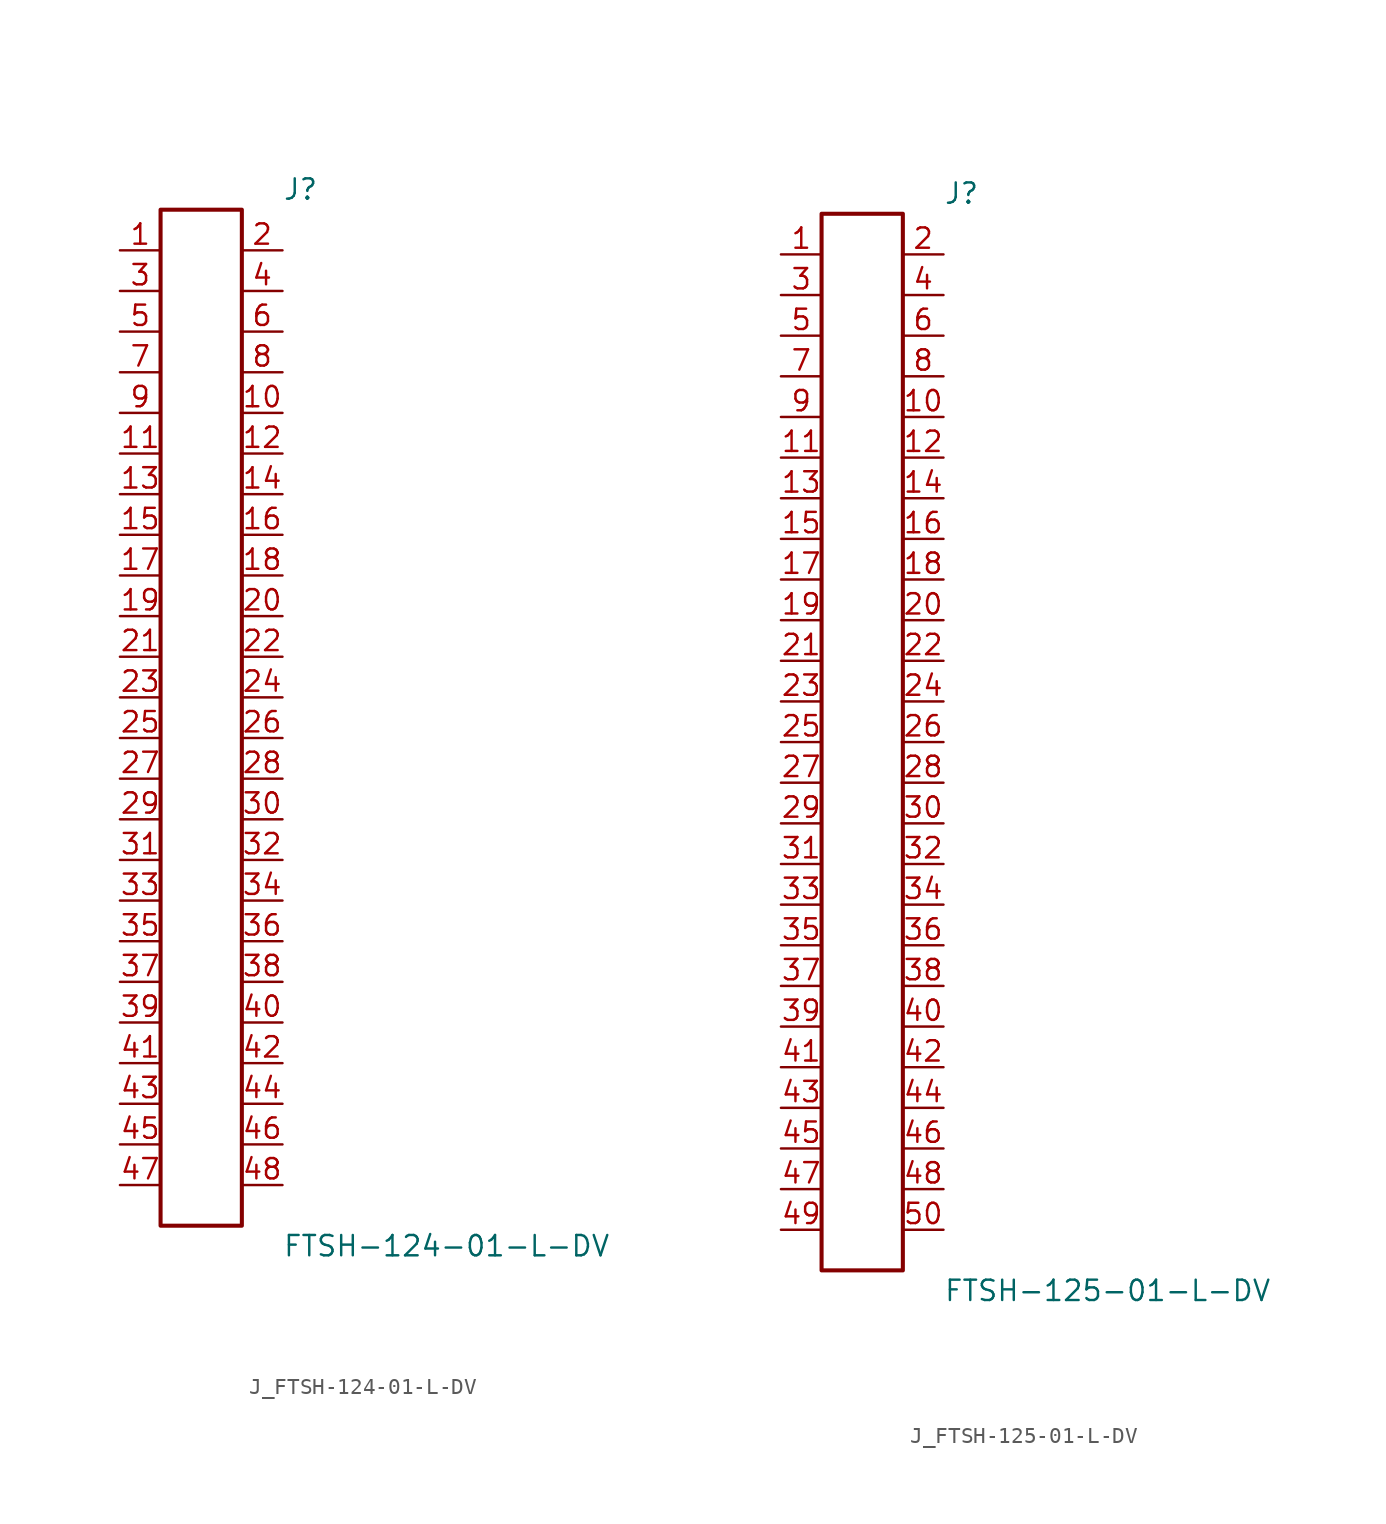
<source format=kicad_sym>
(kicad_symbol_lib
  (version 20231120)
  (generator kicad_symbol_editor)
  (generator_version 8.0)
  (symbol "J_FTSH-124-01-L-DV"
    (pin_names
      (offset 0.254))
    (property "Reference" "J"
      (at 5.08 33.02 0)
      (effects (font (size 1.27 1.27)) (justify left)))
    (property "Value" "FTSH-124-01-L-DV"
      (at 5.08 -33.02 0)
      (effects (font (size 1.27 1.27)) (justify left)))
    (symbol "J_FTSH-124-01-L-DV_0_0"
      (pin passive line (at -5.08 29.21 0) (length 2.54) (name "" (effects (font (size 1.27 1.27)))) (number "1" (effects (font (size 1.27 1.27)))))
      (pin passive line (at 5.08 29.21 180) (length 2.54) (name "" (effects (font (size 1.27 1.27)))) (number "2" (effects (font (size 1.27 1.27)))))
      (pin passive line (at -5.08 26.67 0) (length 2.54) (name "" (effects (font (size 1.27 1.27)))) (number "3" (effects (font (size 1.27 1.27)))))
      (pin passive line (at 5.08 26.67 180) (length 2.54) (name "" (effects (font (size 1.27 1.27)))) (number "4" (effects (font (size 1.27 1.27)))))
      (pin passive line (at -5.08 24.13 0) (length 2.54) (name "" (effects (font (size 1.27 1.27)))) (number "5" (effects (font (size 1.27 1.27)))))
      (pin passive line (at 5.08 24.13 180) (length 2.54) (name "" (effects (font (size 1.27 1.27)))) (number "6" (effects (font (size 1.27 1.27)))))
      (pin passive line (at -5.08 21.59 0) (length 2.54) (name "" (effects (font (size 1.27 1.27)))) (number "7" (effects (font (size 1.27 1.27)))))
      (pin passive line (at 5.08 21.59 180) (length 2.54) (name "" (effects (font (size 1.27 1.27)))) (number "8" (effects (font (size 1.27 1.27)))))
      (pin passive line (at -5.08 19.05 0) (length 2.54) (name "" (effects (font (size 1.27 1.27)))) (number "9" (effects (font (size 1.27 1.27)))))
      (pin passive line (at 5.08 19.05 180) (length 2.54) (name "" (effects (font (size 1.27 1.27)))) (number "10" (effects (font (size 1.27 1.27)))))
      (pin passive line (at -5.08 16.51 0) (length 2.54) (name "" (effects (font (size 1.27 1.27)))) (number "11" (effects (font (size 1.27 1.27)))))
      (pin passive line (at 5.08 16.51 180) (length 2.54) (name "" (effects (font (size 1.27 1.27)))) (number "12" (effects (font (size 1.27 1.27)))))
      (pin passive line (at -5.08 13.97 0) (length 2.54) (name "" (effects (font (size 1.27 1.27)))) (number "13" (effects (font (size 1.27 1.27)))))
      (pin passive line (at 5.08 13.97 180) (length 2.54) (name "" (effects (font (size 1.27 1.27)))) (number "14" (effects (font (size 1.27 1.27)))))
      (pin passive line (at -5.08 11.43 0) (length 2.54) (name "" (effects (font (size 1.27 1.27)))) (number "15" (effects (font (size 1.27 1.27)))))
      (pin passive line (at 5.08 11.43 180) (length 2.54) (name "" (effects (font (size 1.27 1.27)))) (number "16" (effects (font (size 1.27 1.27)))))
      (pin passive line (at -5.08 8.89 0) (length 2.54) (name "" (effects (font (size 1.27 1.27)))) (number "17" (effects (font (size 1.27 1.27)))))
      (pin passive line (at 5.08 8.89 180) (length 2.54) (name "" (effects (font (size 1.27 1.27)))) (number "18" (effects (font (size 1.27 1.27)))))
      (pin passive line (at -5.08 6.35 0) (length 2.54) (name "" (effects (font (size 1.27 1.27)))) (number "19" (effects (font (size 1.27 1.27)))))
      (pin passive line (at 5.08 6.35 180) (length 2.54) (name "" (effects (font (size 1.27 1.27)))) (number "20" (effects (font (size 1.27 1.27)))))
      (pin passive line (at -5.08 3.81 0) (length 2.54) (name "" (effects (font (size 1.27 1.27)))) (number "21" (effects (font (size 1.27 1.27)))))
      (pin passive line (at 5.08 3.81 180) (length 2.54) (name "" (effects (font (size 1.27 1.27)))) (number "22" (effects (font (size 1.27 1.27)))))
      (pin passive line (at -5.08 1.27 0) (length 2.54) (name "" (effects (font (size 1.27 1.27)))) (number "23" (effects (font (size 1.27 1.27)))))
      (pin passive line (at 5.08 1.27 180) (length 2.54) (name "" (effects (font (size 1.27 1.27)))) (number "24" (effects (font (size 1.27 1.27)))))
      (pin passive line (at -5.08 -1.27 0) (length 2.54) (name "" (effects (font (size 1.27 1.27)))) (number "25" (effects (font (size 1.27 1.27)))))
      (pin passive line (at 5.08 -1.27 180) (length 2.54) (name "" (effects (font (size 1.27 1.27)))) (number "26" (effects (font (size 1.27 1.27)))))
      (pin passive line (at -5.08 -3.81 0) (length 2.54) (name "" (effects (font (size 1.27 1.27)))) (number "27" (effects (font (size 1.27 1.27)))))
      (pin passive line (at 5.08 -3.81 180) (length 2.54) (name "" (effects (font (size 1.27 1.27)))) (number "28" (effects (font (size 1.27 1.27)))))
      (pin passive line (at -5.08 -6.35 0) (length 2.54) (name "" (effects (font (size 1.27 1.27)))) (number "29" (effects (font (size 1.27 1.27)))))
      (pin passive line (at 5.08 -6.35 180) (length 2.54) (name "" (effects (font (size 1.27 1.27)))) (number "30" (effects (font (size 1.27 1.27)))))
      (pin passive line (at -5.08 -8.89 0) (length 2.54) (name "" (effects (font (size 1.27 1.27)))) (number "31" (effects (font (size 1.27 1.27)))))
      (pin passive line (at 5.08 -8.89 180) (length 2.54) (name "" (effects (font (size 1.27 1.27)))) (number "32" (effects (font (size 1.27 1.27)))))
      (pin passive line (at -5.08 -11.43 0) (length 2.54) (name "" (effects (font (size 1.27 1.27)))) (number "33" (effects (font (size 1.27 1.27)))))
      (pin passive line (at 5.08 -11.43 180) (length 2.54) (name "" (effects (font (size 1.27 1.27)))) (number "34" (effects (font (size 1.27 1.27)))))
      (pin passive line (at -5.08 -13.97 0) (length 2.54) (name "" (effects (font (size 1.27 1.27)))) (number "35" (effects (font (size 1.27 1.27)))))
      (pin passive line (at 5.08 -13.97 180) (length 2.54) (name "" (effects (font (size 1.27 1.27)))) (number "36" (effects (font (size 1.27 1.27)))))
      (pin passive line (at -5.08 -16.51 0) (length 2.54) (name "" (effects (font (size 1.27 1.27)))) (number "37" (effects (font (size 1.27 1.27)))))
      (pin passive line (at 5.08 -16.51 180) (length 2.54) (name "" (effects (font (size 1.27 1.27)))) (number "38" (effects (font (size 1.27 1.27)))))
      (pin passive line (at -5.08 -19.05 0) (length 2.54) (name "" (effects (font (size 1.27 1.27)))) (number "39" (effects (font (size 1.27 1.27)))))
      (pin passive line (at 5.08 -19.05 180) (length 2.54) (name "" (effects (font (size 1.27 1.27)))) (number "40" (effects (font (size 1.27 1.27)))))
      (pin passive line (at -5.08 -21.59 0) (length 2.54) (name "" (effects (font (size 1.27 1.27)))) (number "41" (effects (font (size 1.27 1.27)))))
      (pin passive line (at 5.08 -21.59 180) (length 2.54) (name "" (effects (font (size 1.27 1.27)))) (number "42" (effects (font (size 1.27 1.27)))))
      (pin passive line (at -5.08 -24.13 0) (length 2.54) (name "" (effects (font (size 1.27 1.27)))) (number "43" (effects (font (size 1.27 1.27)))))
      (pin passive line (at 5.08 -24.13 180) (length 2.54) (name "" (effects (font (size 1.27 1.27)))) (number "44" (effects (font (size 1.27 1.27)))))
      (pin passive line (at -5.08 -26.67 0) (length 2.54) (name "" (effects (font (size 1.27 1.27)))) (number "45" (effects (font (size 1.27 1.27)))))
      (pin passive line (at 5.08 -26.67 180) (length 2.54) (name "" (effects (font (size 1.27 1.27)))) (number "46" (effects (font (size 1.27 1.27)))))
      (pin passive line (at -5.08 -29.21 0) (length 2.54) (name "" (effects (font (size 1.27 1.27)))) (number "47" (effects (font (size 1.27 1.27)))))
      (pin passive line (at 5.08 -29.21 180) (length 2.54) (name "" (effects (font (size 1.27 1.27)))) (number "48" (effects (font (size 1.27 1.27))))))
    (symbol "J_FTSH-124-01-L-DV_1_0"
      (rectangle (start -2.54 31.75) (end 2.54 -31.75) (stroke (width 0.254) (type solid)) (fill (type none)))))
  (symbol "J_FTSH-125-01-L-DV"
    (pin_names
      (offset 0.254))
    (property "Reference" "J"
      (at 5.08 34.29 0)
      (effects (font (size 1.27 1.27)) (justify left)))
    (property "Value" "FTSH-125-01-L-DV"
      (at 5.08 -34.29 0)
      (effects (font (size 1.27 1.27)) (justify left)))
    (symbol "J_FTSH-125-01-L-DV_0_0"
      (pin passive line (at -5.08 30.48 0) (length 2.54) (name "" (effects (font (size 1.27 1.27)))) (number "1" (effects (font (size 1.27 1.27)))))
      (pin passive line (at 5.08 30.48 180) (length 2.54) (name "" (effects (font (size 1.27 1.27)))) (number "2" (effects (font (size 1.27 1.27)))))
      (pin passive line (at -5.08 27.94 0) (length 2.54) (name "" (effects (font (size 1.27 1.27)))) (number "3" (effects (font (size 1.27 1.27)))))
      (pin passive line (at 5.08 27.94 180) (length 2.54) (name "" (effects (font (size 1.27 1.27)))) (number "4" (effects (font (size 1.27 1.27)))))
      (pin passive line (at -5.08 25.4 0) (length 2.54) (name "" (effects (font (size 1.27 1.27)))) (number "5" (effects (font (size 1.27 1.27)))))
      (pin passive line (at 5.08 25.4 180) (length 2.54) (name "" (effects (font (size 1.27 1.27)))) (number "6" (effects (font (size 1.27 1.27)))))
      (pin passive line (at -5.08 22.86 0) (length 2.54) (name "" (effects (font (size 1.27 1.27)))) (number "7" (effects (font (size 1.27 1.27)))))
      (pin passive line (at 5.08 22.86 180) (length 2.54) (name "" (effects (font (size 1.27 1.27)))) (number "8" (effects (font (size 1.27 1.27)))))
      (pin passive line (at -5.08 20.32 0) (length 2.54) (name "" (effects (font (size 1.27 1.27)))) (number "9" (effects (font (size 1.27 1.27)))))
      (pin passive line (at 5.08 20.32 180) (length 2.54) (name "" (effects (font (size 1.27 1.27)))) (number "10" (effects (font (size 1.27 1.27)))))
      (pin passive line (at -5.08 17.78 0) (length 2.54) (name "" (effects (font (size 1.27 1.27)))) (number "11" (effects (font (size 1.27 1.27)))))
      (pin passive line (at 5.08 17.78 180) (length 2.54) (name "" (effects (font (size 1.27 1.27)))) (number "12" (effects (font (size 1.27 1.27)))))
      (pin passive line (at -5.08 15.24 0) (length 2.54) (name "" (effects (font (size 1.27 1.27)))) (number "13" (effects (font (size 1.27 1.27)))))
      (pin passive line (at 5.08 15.24 180) (length 2.54) (name "" (effects (font (size 1.27 1.27)))) (number "14" (effects (font (size 1.27 1.27)))))
      (pin passive line (at -5.08 12.7 0) (length 2.54) (name "" (effects (font (size 1.27 1.27)))) (number "15" (effects (font (size 1.27 1.27)))))
      (pin passive line (at 5.08 12.7 180) (length 2.54) (name "" (effects (font (size 1.27 1.27)))) (number "16" (effects (font (size 1.27 1.27)))))
      (pin passive line (at -5.08 10.16 0) (length 2.54) (name "" (effects (font (size 1.27 1.27)))) (number "17" (effects (font (size 1.27 1.27)))))
      (pin passive line (at 5.08 10.16 180) (length 2.54) (name "" (effects (font (size 1.27 1.27)))) (number "18" (effects (font (size 1.27 1.27)))))
      (pin passive line (at -5.08 7.62 0) (length 2.54) (name "" (effects (font (size 1.27 1.27)))) (number "19" (effects (font (size 1.27 1.27)))))
      (pin passive line (at 5.08 7.62 180) (length 2.54) (name "" (effects (font (size 1.27 1.27)))) (number "20" (effects (font (size 1.27 1.27)))))
      (pin passive line (at -5.08 5.08 0) (length 2.54) (name "" (effects (font (size 1.27 1.27)))) (number "21" (effects (font (size 1.27 1.27)))))
      (pin passive line (at 5.08 5.08 180) (length 2.54) (name "" (effects (font (size 1.27 1.27)))) (number "22" (effects (font (size 1.27 1.27)))))
      (pin passive line (at -5.08 2.54 0) (length 2.54) (name "" (effects (font (size 1.27 1.27)))) (number "23" (effects (font (size 1.27 1.27)))))
      (pin passive line (at 5.08 2.54 180) (length 2.54) (name "" (effects (font (size 1.27 1.27)))) (number "24" (effects (font (size 1.27 1.27)))))
      (pin passive line (at -5.08 0.0 0) (length 2.54) (name "" (effects (font (size 1.27 1.27)))) (number "25" (effects (font (size 1.27 1.27)))))
      (pin passive line (at 5.08 0.0 180) (length 2.54) (name "" (effects (font (size 1.27 1.27)))) (number "26" (effects (font (size 1.27 1.27)))))
      (pin passive line (at -5.08 -2.54 0) (length 2.54) (name "" (effects (font (size 1.27 1.27)))) (number "27" (effects (font (size 1.27 1.27)))))
      (pin passive line (at 5.08 -2.54 180) (length 2.54) (name "" (effects (font (size 1.27 1.27)))) (number "28" (effects (font (size 1.27 1.27)))))
      (pin passive line (at -5.08 -5.08 0) (length 2.54) (name "" (effects (font (size 1.27 1.27)))) (number "29" (effects (font (size 1.27 1.27)))))
      (pin passive line (at 5.08 -5.08 180) (length 2.54) (name "" (effects (font (size 1.27 1.27)))) (number "30" (effects (font (size 1.27 1.27)))))
      (pin passive line (at -5.08 -7.62 0) (length 2.54) (name "" (effects (font (size 1.27 1.27)))) (number "31" (effects (font (size 1.27 1.27)))))
      (pin passive line (at 5.08 -7.62 180) (length 2.54) (name "" (effects (font (size 1.27 1.27)))) (number "32" (effects (font (size 1.27 1.27)))))
      (pin passive line (at -5.08 -10.16 0) (length 2.54) (name "" (effects (font (size 1.27 1.27)))) (number "33" (effects (font (size 1.27 1.27)))))
      (pin passive line (at 5.08 -10.16 180) (length 2.54) (name "" (effects (font (size 1.27 1.27)))) (number "34" (effects (font (size 1.27 1.27)))))
      (pin passive line (at -5.08 -12.7 0) (length 2.54) (name "" (effects (font (size 1.27 1.27)))) (number "35" (effects (font (size 1.27 1.27)))))
      (pin passive line (at 5.08 -12.7 180) (length 2.54) (name "" (effects (font (size 1.27 1.27)))) (number "36" (effects (font (size 1.27 1.27)))))
      (pin passive line (at -5.08 -15.24 0) (length 2.54) (name "" (effects (font (size 1.27 1.27)))) (number "37" (effects (font (size 1.27 1.27)))))
      (pin passive line (at 5.08 -15.24 180) (length 2.54) (name "" (effects (font (size 1.27 1.27)))) (number "38" (effects (font (size 1.27 1.27)))))
      (pin passive line (at -5.08 -17.78 0) (length 2.54) (name "" (effects (font (size 1.27 1.27)))) (number "39" (effects (font (size 1.27 1.27)))))
      (pin passive line (at 5.08 -17.78 180) (length 2.54) (name "" (effects (font (size 1.27 1.27)))) (number "40" (effects (font (size 1.27 1.27)))))
      (pin passive line (at -5.08 -20.32 0) (length 2.54) (name "" (effects (font (size 1.27 1.27)))) (number "41" (effects (font (size 1.27 1.27)))))
      (pin passive line (at 5.08 -20.32 180) (length 2.54) (name "" (effects (font (size 1.27 1.27)))) (number "42" (effects (font (size 1.27 1.27)))))
      (pin passive line (at -5.08 -22.86 0) (length 2.54) (name "" (effects (font (size 1.27 1.27)))) (number "43" (effects (font (size 1.27 1.27)))))
      (pin passive line (at 5.08 -22.86 180) (length 2.54) (name "" (effects (font (size 1.27 1.27)))) (number "44" (effects (font (size 1.27 1.27)))))
      (pin passive line (at -5.08 -25.4 0) (length 2.54) (name "" (effects (font (size 1.27 1.27)))) (number "45" (effects (font (size 1.27 1.27)))))
      (pin passive line (at 5.08 -25.4 180) (length 2.54) (name "" (effects (font (size 1.27 1.27)))) (number "46" (effects (font (size 1.27 1.27)))))
      (pin passive line (at -5.08 -27.94 0) (length 2.54) (name "" (effects (font (size 1.27 1.27)))) (number "47" (effects (font (size 1.27 1.27)))))
      (pin passive line (at 5.08 -27.94 180) (length 2.54) (name "" (effects (font (size 1.27 1.27)))) (number "48" (effects (font (size 1.27 1.27)))))
      (pin passive line (at -5.08 -30.48 0) (length 2.54) (name "" (effects (font (size 1.27 1.27)))) (number "49" (effects (font (size 1.27 1.27)))))
      (pin passive line (at 5.08 -30.48 180) (length 2.54) (name "" (effects (font (size 1.27 1.27)))) (number "50" (effects (font (size 1.27 1.27))))))
    (symbol "J_FTSH-125-01-L-DV_1_0"
      (rectangle (start -2.54 33.02) (end 2.54 -33.02) (stroke (width 0.254) (type solid)) (fill (type none))))))
</source>
